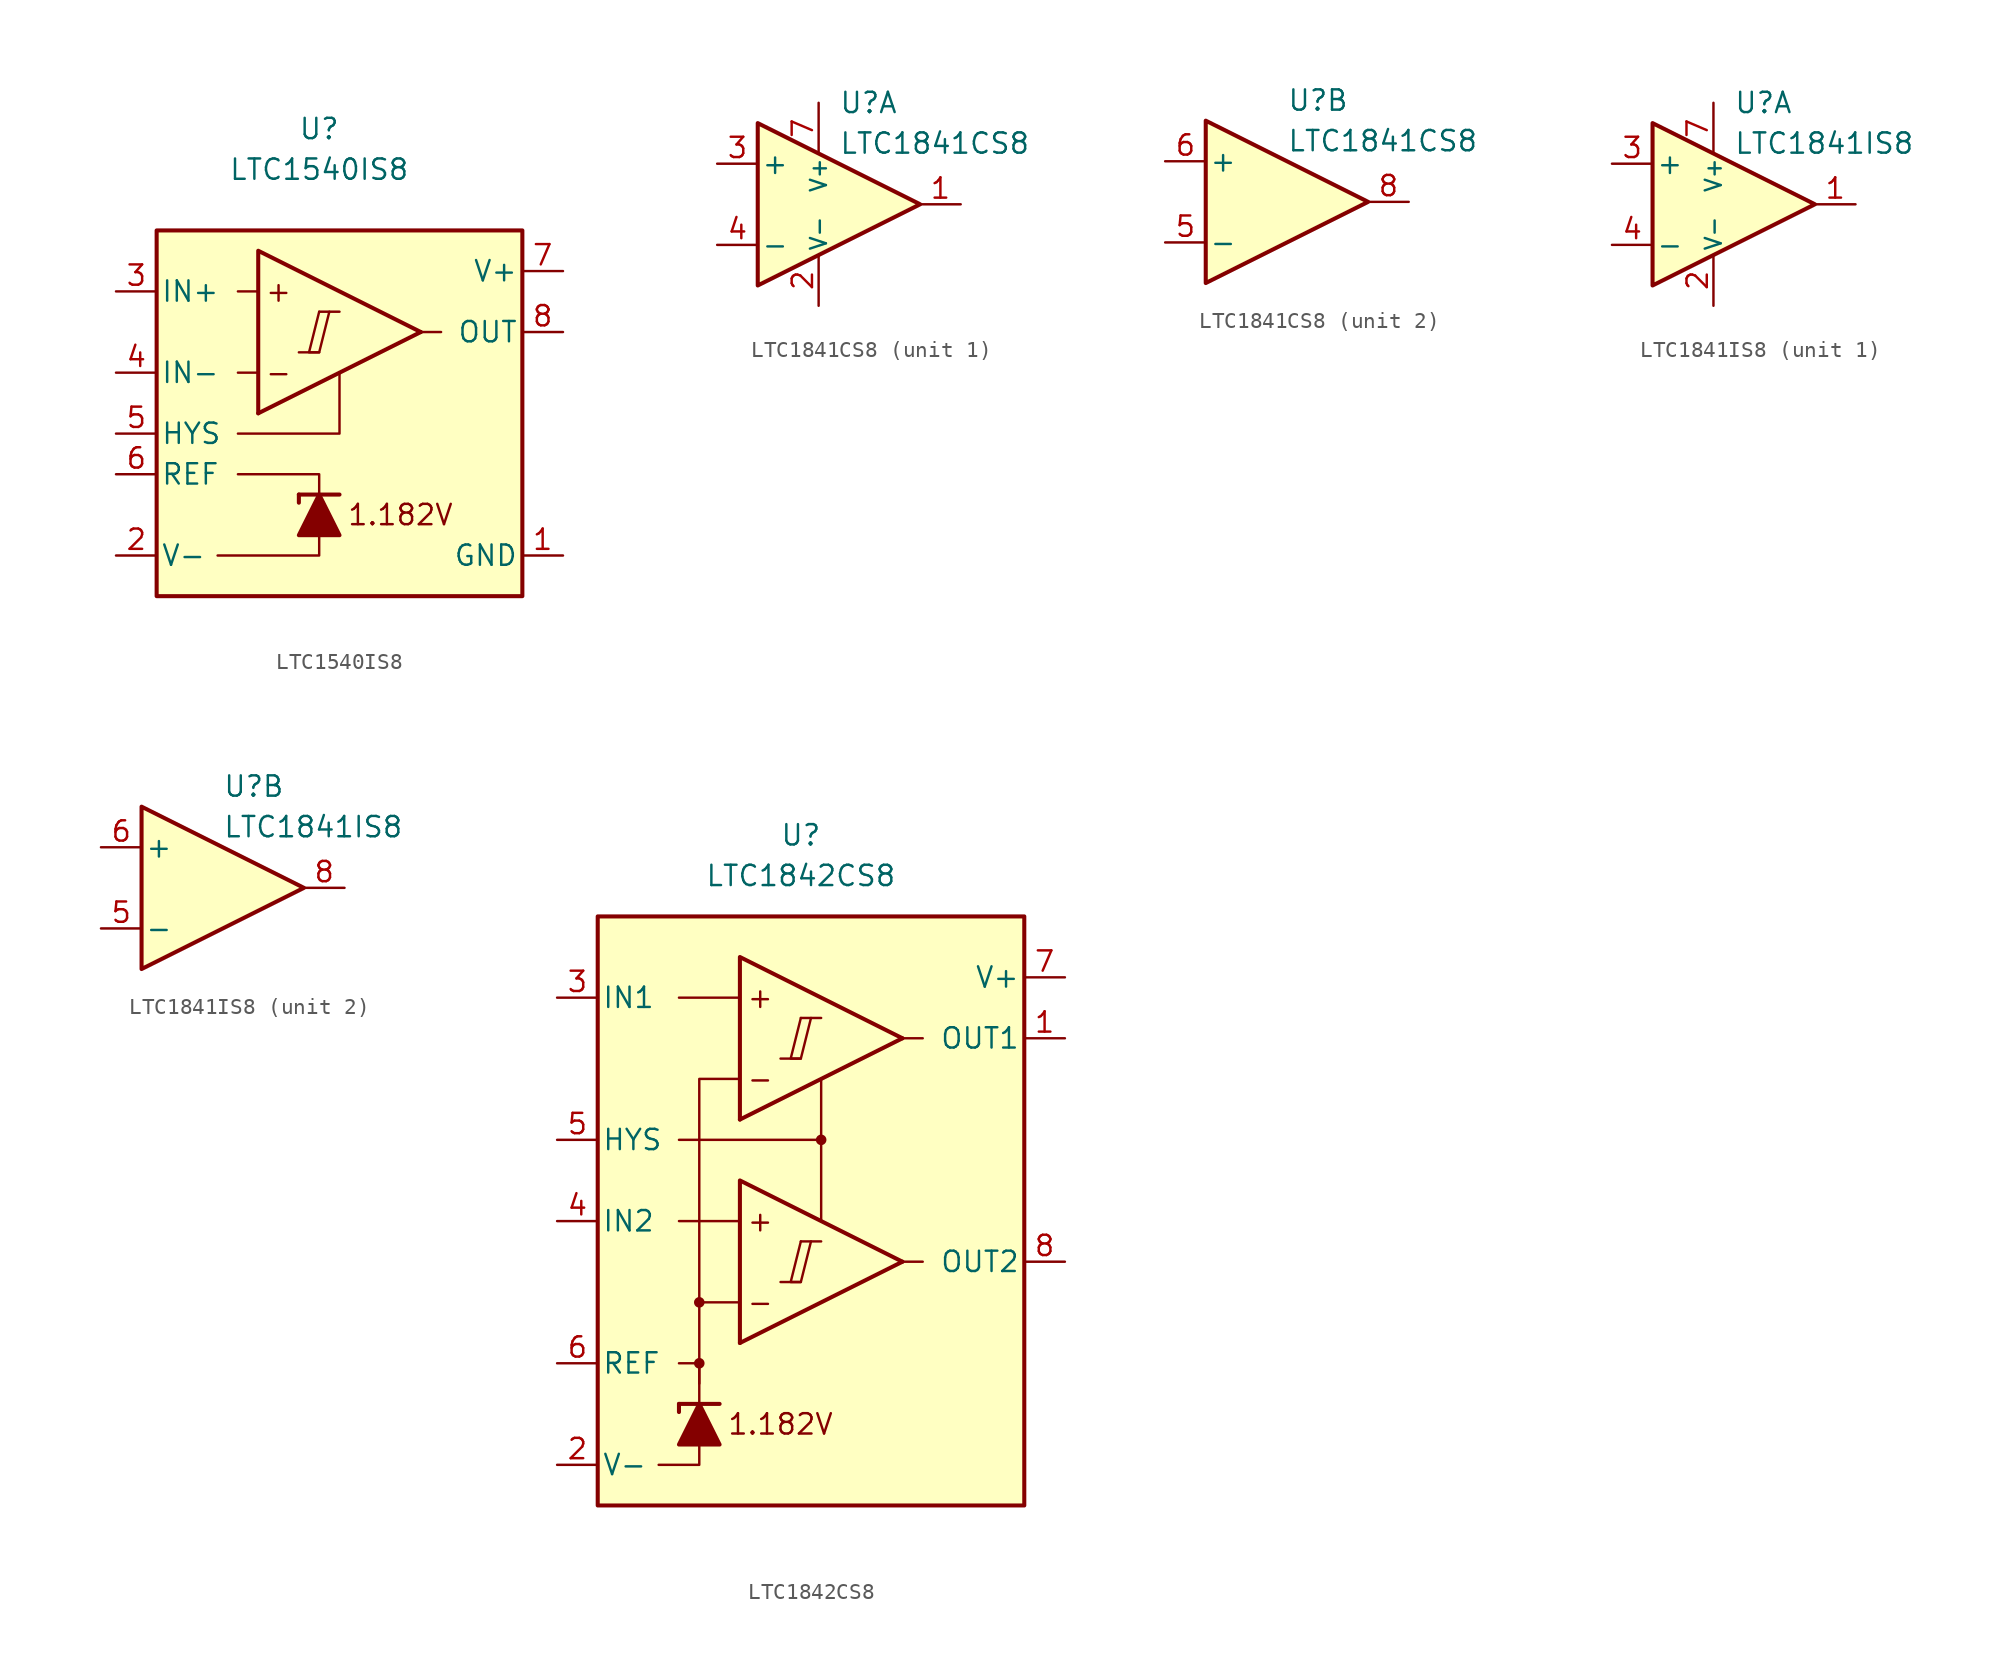
<source format=kicad_sym>
(kicad_symbol_lib
  (version 20211014)
  (generator kicad_symbol_editor)
  (symbol "LTC1540IS8"
    (pin_names
      (offset 0.254))
    (property "Reference" "U"
      (at 0 16.51 0)
      (effects (font (size 1.27 1.27))))
    (property "Value" "LTC1540IS8"
      (at 0 13.97 0)
      (effects (font (size 1.27 1.27))))
    (symbol "LTC1540IS8_0_0"
      (polyline (pts (xy -1.27 2.54) (xy 0 2.54)) (stroke (width 0.152) (type default) (color 0 0 0 0)) (fill (type none)))
      (polyline (pts (xy 0 5.08) (xy 1.27 5.08)) (stroke (width 0.152) (type default) (color 0 0 0 0)) (fill (type none)))
      (polyline (pts (xy 6.35 3.81) (xy -3.81 -1.27)) (stroke (width 0.254) (type default) (color 0 0 0 0)) (fill (type none)))
      (polyline (pts (xy 6.35 3.81) (xy -3.81 8.89) (xy -3.81 -1.27)) (stroke (width 0.254) (type default) (color 0 0 0 0)) (fill (type background)))
      (polyline (pts (xy 0 5.08) (xy -0.635 2.54) (xy 0 2.54) (xy 0.635 5.08)) (stroke (width 0.152) (type default) (color 0 0 0 0)) (fill (type none)))
      (text "+" (at -2.54 6.35 0) (effects (font (size 1.27 1.27))))
      (text "-" (at -2.54 1.27 0) (effects (font (size 1.27 1.27)))))
    (symbol "LTC1540IS8_0_1"
      (polyline (pts (xy -3.81 1.27) (xy -5.08 1.27)) (stroke (width 0) (type default) (color 0 0 0 0)) (fill (type none)))
      (polyline (pts (xy -3.81 6.35) (xy -5.08 6.35)) (stroke (width 0) (type default) (color 0 0 0 0)) (fill (type none)))
      (polyline (pts (xy -1.27 -6.35) (xy -1.27 -6.858)) (stroke (width 0.254) (type default) (color 0 0 0 0)) (fill (type none)))
      (polyline (pts (xy -1.27 -6.35) (xy 1.27 -6.35)) (stroke (width 0.254) (type default) (color 0 0 0 0)) (fill (type none)))
      (polyline (pts (xy 6.35 3.81) (xy 7.62 3.81)) (stroke (width 0) (type default) (color 0 0 0 0)) (fill (type none)))
      (polyline (pts (xy 0 -8.89) (xy 0 -10.16) (xy -6.35 -10.16)) (stroke (width 0) (type default) (color 0 0 0 0)) (fill (type none)))
      (polyline (pts (xy 0 -6.35) (xy 0 -5.08) (xy -5.08 -5.08)) (stroke (width 0) (type default) (color 0 0 0 0)) (fill (type none)))
      (polyline (pts (xy 1.27 1.27) (xy 1.27 -2.54) (xy -5.08 -2.54)) (stroke (width 0) (type default) (color 0 0 0 0)) (fill (type none)))
      (polyline (pts (xy 1.27 -8.89) (xy -1.27 -8.89) (xy 0 -6.35) (xy 1.27 -8.89)) (stroke (width 0.254) (type default) (color 0 0 0 0)) (fill (type outline)))
      (rectangle (start 12.7 10.16) (end -10.16 -12.7) (stroke (width 0.254) (type default) (color 0 0 0 0)) (fill (type background))))
    (symbol "LTC1540IS8_1_0"
      (text "1.182V" (at 5.08 -7.62 0) (effects (font (size 1.27 1.27)))))
    (symbol "LTC1540IS8_1_1"
      (pin power_in line (at 15.24 -10.16 180) (length 2.54) (name "GND" (effects (font (size 1.27 1.27)))) (number "1" (effects (font (size 1.27 1.27)))))
      (pin power_in line (at -12.7 -10.16 0) (length 2.54) (name "V-" (effects (font (size 1.27 1.27)))) (number "2" (effects (font (size 1.27 1.27)))))
      (pin input line (at -12.7 6.35 0) (length 2.54) (name "IN+" (effects (font (size 1.27 1.27)))) (number "3" (effects (font (size 1.27 1.27)))))
      (pin input line (at -12.7 1.27 0) (length 2.54) (name "IN-" (effects (font (size 1.27 1.27)))) (number "4" (effects (font (size 1.27 1.27)))))
      (pin input line (at -12.7 -2.54 0) (length 2.54) (name "HYS" (effects (font (size 1.27 1.27)))) (number "5" (effects (font (size 1.27 1.27)))))
      (pin output line (at -12.7 -5.08 0) (length 2.54) (name "REF" (effects (font (size 1.27 1.27)))) (number "6" (effects (font (size 1.27 1.27)))))
      (pin power_in line (at 15.24 7.62 180) (length 2.54) (name "V+" (effects (font (size 1.27 1.27)))) (number "7" (effects (font (size 1.27 1.27)))))
      (pin output line (at 15.24 3.81 180) (length 2.54) (name "OUT" (effects (font (size 1.27 1.27)))) (number "8" (effects (font (size 1.27 1.27)))))))
  (symbol "LTC1841CS8"
    (pin_names
      (offset 0.2))
    (property "Reference" "U"
      (at 1.27 6.35 0)
      (effects (font (size 1.27 1.27)) (justify left)))
    (property "Value" "LTC1841CS8"
      (at 1.27 3.81 0)
      (effects (font (size 1.27 1.27)) (justify left)))
    (property "ki_locked" ""
      (at 0 0 0)
      (effects (font (size 1.27 1.27))))
    (symbol "LTC1841CS8_0_1"
      (polyline (pts (xy -3.81 5.08) (xy -3.81 -5.08) (xy 6.35 0) (xy -3.81 5.08)) (stroke (width 0.254) (type default) (color 0 0 0 0)) (fill (type background))))
    (symbol "LTC1841CS8_1_1"
      (pin output line (at 8.89 0 180) (length 2.54) (name "~" (effects (font (size 1.27 1.27)))) (number "1" (effects (font (size 1.27 1.27)))))
      (pin power_in line (at 0 -6.35 90) (length 3.18) (name "V-" (effects (font (size 1 1)))) (number "2" (effects (font (size 1.27 1.27)))))
      (pin input line (at -6.35 2.54 0) (length 2.54) (name "+" (effects (font (size 1.27 1.27)))) (number "3" (effects (font (size 1.27 1.27)))))
      (pin input line (at -6.35 -2.54 0) (length 2.54) (name "-" (effects (font (size 1.27 1.27)))) (number "4" (effects (font (size 1.27 1.27)))))
      (pin power_in line (at 0 6.35 270) (length 3.18) (name "V+" (effects (font (size 1 1)))) (number "7" (effects (font (size 1.27 1.27))))))
    (symbol "LTC1841CS8_2_1"
      (pin input line (at -6.35 -2.54 0) (length 2.54) (name "-" (effects (font (size 1.27 1.27)))) (number "5" (effects (font (size 1.27 1.27)))))
      (pin input line (at -6.35 2.54 0) (length 2.54) (name "+" (effects (font (size 1.27 1.27)))) (number "6" (effects (font (size 1.27 1.27)))))
      (pin output line (at 8.89 0 180) (length 2.54) (name "~" (effects (font (size 1.27 1.27)))) (number "8" (effects (font (size 1.27 1.27)))))))
  (symbol "LTC1841IS8"
    (pin_names
      (offset 0.2))
    (property "Reference" "U"
      (at 1.27 6.35 0)
      (effects (font (size 1.27 1.27)) (justify left)))
    (property "Value" "LTC1841IS8"
      (at 1.27 3.81 0)
      (effects (font (size 1.27 1.27)) (justify left)))
    (property "ki_locked" ""
      (at 0 0 0)
      (effects (font (size 1.27 1.27))))
    (symbol "LTC1841IS8_0_1"
      (polyline (pts (xy -3.81 5.08) (xy -3.81 -5.08) (xy 6.35 0) (xy -3.81 5.08)) (stroke (width 0.254) (type default) (color 0 0 0 0)) (fill (type background))))
    (symbol "LTC1841IS8_1_1"
      (pin output line (at 8.89 0 180) (length 2.54) (name "~" (effects (font (size 1.27 1.27)))) (number "1" (effects (font (size 1.27 1.27)))))
      (pin power_in line (at 0 -6.35 90) (length 3.18) (name "V-" (effects (font (size 1 1)))) (number "2" (effects (font (size 1.27 1.27)))))
      (pin input line (at -6.35 2.54 0) (length 2.54) (name "+" (effects (font (size 1.27 1.27)))) (number "3" (effects (font (size 1.27 1.27)))))
      (pin input line (at -6.35 -2.54 0) (length 2.54) (name "-" (effects (font (size 1.27 1.27)))) (number "4" (effects (font (size 1.27 1.27)))))
      (pin power_in line (at 0 6.35 270) (length 3.18) (name "V+" (effects (font (size 1 1)))) (number "7" (effects (font (size 1.27 1.27))))))
    (symbol "LTC1841IS8_2_1"
      (pin input line (at -6.35 -2.54 0) (length 2.54) (name "-" (effects (font (size 1.27 1.27)))) (number "5" (effects (font (size 1.27 1.27)))))
      (pin input line (at -6.35 2.54 0) (length 2.54) (name "+" (effects (font (size 1.27 1.27)))) (number "6" (effects (font (size 1.27 1.27)))))
      (pin output line (at 8.89 0 180) (length 2.54) (name "~" (effects (font (size 1.27 1.27)))) (number "8" (effects (font (size 1.27 1.27)))))))
  (symbol "LTC1842CS8"
    (pin_names
      (offset 0.254))
    (property "Reference" "U"
      (at -1.27 22.86 0)
      (effects (font (size 1.27 1.27))))
    (property "Value" "LTC1842CS8"
      (at -1.27 20.32 0)
      (effects (font (size 1.27 1.27))))
    (symbol "LTC1842CS8_0_0"
      (rectangle (start -13.97 17.78) (end 12.7 -19.05) (stroke (width 0.254) (type default) (color 0 0 0 0)) (fill (type background)))
      (circle (center -7.62 -10.16) (radius 0.254) (stroke (width 0.152) (type default) (color 0 0 0 0)) (fill (type outline)))
      (circle (center -7.62 -6.35) (radius 0.254) (stroke (width 0.152) (type default) (color 0 0 0 0)) (fill (type outline)))
      (polyline (pts (xy -2.54 -5.08) (xy -1.27 -5.08)) (stroke (width 0.152) (type default) (color 0 0 0 0)) (fill (type none)))
      (polyline (pts (xy -2.54 8.89) (xy -1.27 8.89)) (stroke (width 0.152) (type default) (color 0 0 0 0)) (fill (type none)))
      (polyline (pts (xy -1.27 -2.54) (xy 0 -2.54)) (stroke (width 0.152) (type default) (color 0 0 0 0)) (fill (type none)))
      (polyline (pts (xy -1.27 11.43) (xy 0 11.43)) (stroke (width 0.152) (type default) (color 0 0 0 0)) (fill (type none)))
      (polyline (pts (xy 5.08 -3.81) (xy -5.08 -8.89)) (stroke (width 0.254) (type default) (color 0 0 0 0)) (fill (type none)))
      (polyline (pts (xy 5.08 10.16) (xy -5.08 5.08)) (stroke (width 0.254) (type default) (color 0 0 0 0)) (fill (type none)))
      (polyline (pts (xy 5.08 -3.81) (xy -5.08 1.27) (xy -5.08 -8.89)) (stroke (width 0.254) (type default) (color 0 0 0 0)) (fill (type background)))
      (polyline (pts (xy 5.08 10.16) (xy -5.08 15.24) (xy -5.08 5.08)) (stroke (width 0.254) (type default) (color 0 0 0 0)) (fill (type background)))
      (polyline (pts (xy -1.27 -2.54) (xy -1.905 -5.08) (xy -1.27 -5.08) (xy -0.635 -2.54)) (stroke (width 0.152) (type default) (color 0 0 0 0)) (fill (type none)))
      (polyline (pts (xy -1.27 11.43) (xy -1.905 8.89) (xy -1.27 8.89) (xy -0.635 11.43)) (stroke (width 0.152) (type default) (color 0 0 0 0)) (fill (type none)))
      (circle (center 0 3.81) (radius 0.254) (stroke (width 0.152) (type default) (color 0 0 0 0)) (fill (type outline)))
      (text "+" (at -3.81 -1.27 0) (effects (font (size 1.27 1.27))))
      (text "+" (at -3.81 12.7 0) (effects (font (size 1.27 1.27))))
      (text "-" (at -3.81 -6.35 0) (effects (font (size 1.27 1.27))))
      (text "-" (at -3.81 7.62 0) (effects (font (size 1.27 1.27))))
      (text "1.182V" (at -2.54 -13.97 0) (effects (font (size 1.27 1.27)))))
    (symbol "LTC1842CS8_0_1"
      (polyline (pts (xy -8.89 -12.7) (xy -8.89 -13.208)) (stroke (width 0.254) (type default) (color 0 0 0 0)) (fill (type none)))
      (polyline (pts (xy -8.89 -12.7) (xy -6.35 -12.7)) (stroke (width 0.254) (type default) (color 0 0 0 0)) (fill (type none)))
      (polyline (pts (xy -5.08 -1.27) (xy -8.89 -1.27)) (stroke (width 0) (type default) (color 0 0 0 0)) (fill (type none)))
      (polyline (pts (xy -5.08 12.7) (xy -8.89 12.7)) (stroke (width 0) (type default) (color 0 0 0 0)) (fill (type none)))
      (polyline (pts (xy 0 3.81) (xy 0 -1.27)) (stroke (width 0) (type default) (color 0 0 0 0)) (fill (type none)))
      (polyline (pts (xy 5.08 -3.81) (xy 6.35 -3.81)) (stroke (width 0) (type default) (color 0 0 0 0)) (fill (type none)))
      (polyline (pts (xy 5.08 10.16) (xy 6.35 10.16)) (stroke (width 0) (type default) (color 0 0 0 0)) (fill (type none)))
      (polyline (pts (xy -7.62 -15.24) (xy -7.62 -16.51) (xy -10.16 -16.51)) (stroke (width 0) (type default) (color 0 0 0 0)) (fill (type none)))
      (polyline (pts (xy -7.62 -12.7) (xy -7.62 -10.16) (xy -8.89 -10.16)) (stroke (width 0) (type default) (color 0 0 0 0)) (fill (type none)))
      (polyline (pts (xy -7.62 -11.43) (xy -7.62 -6.35) (xy -5.08 -6.35)) (stroke (width 0) (type default) (color 0 0 0 0)) (fill (type none)))
      (polyline (pts (xy -7.62 -6.35) (xy -7.62 7.62) (xy -5.08 7.62)) (stroke (width 0) (type default) (color 0 0 0 0)) (fill (type none)))
      (polyline (pts (xy 0 7.62) (xy 0 3.81) (xy -8.89 3.81)) (stroke (width 0) (type default) (color 0 0 0 0)) (fill (type none)))
      (polyline (pts (xy -6.35 -15.24) (xy -8.89 -15.24) (xy -7.62 -12.7) (xy -6.35 -15.24)) (stroke (width 0.254) (type default) (color 0 0 0 0)) (fill (type outline))))
    (symbol "LTC1842CS8_1_1"
      (pin output line (at 15.24 10.16 180) (length 2.54) (name "OUT1" (effects (font (size 1.27 1.27)))) (number "1" (effects (font (size 1.27 1.27)))))
      (pin power_in line (at -16.51 -16.51 0) (length 2.54) (name "V-" (effects (font (size 1.27 1.27)))) (number "2" (effects (font (size 1.27 1.27)))))
      (pin input line (at -16.51 12.7 0) (length 2.54) (name "IN1" (effects (font (size 1.27 1.27)))) (number "3" (effects (font (size 1.27 1.27)))))
      (pin input line (at -16.51 -1.27 0) (length 2.54) (name "IN2" (effects (font (size 1.27 1.27)))) (number "4" (effects (font (size 1.27 1.27)))))
      (pin input line (at -16.51 3.81 0) (length 2.54) (name "HYS" (effects (font (size 1.27 1.27)))) (number "5" (effects (font (size 1.27 1.27)))))
      (pin output line (at -16.51 -10.16 0) (length 2.54) (name "REF" (effects (font (size 1.27 1.27)))) (number "6" (effects (font (size 1.27 1.27)))))
      (pin power_in line (at 15.24 13.97 180) (length 2.54) (name "V+" (effects (font (size 1.27 1.27)))) (number "7" (effects (font (size 1.27 1.27)))))
      (pin output line (at 15.24 -3.81 180) (length 2.54) (name "OUT2" (effects (font (size 1.27 1.27)))) (number "8" (effects (font (size 1.27 1.27))))))))
</source>
